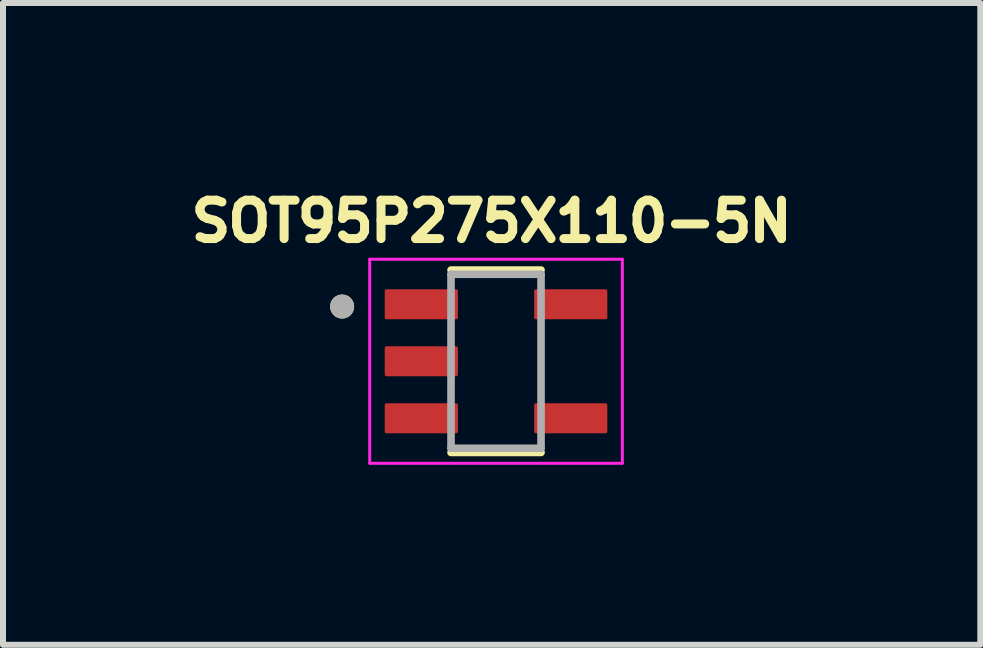
<source format=kicad_pcb>
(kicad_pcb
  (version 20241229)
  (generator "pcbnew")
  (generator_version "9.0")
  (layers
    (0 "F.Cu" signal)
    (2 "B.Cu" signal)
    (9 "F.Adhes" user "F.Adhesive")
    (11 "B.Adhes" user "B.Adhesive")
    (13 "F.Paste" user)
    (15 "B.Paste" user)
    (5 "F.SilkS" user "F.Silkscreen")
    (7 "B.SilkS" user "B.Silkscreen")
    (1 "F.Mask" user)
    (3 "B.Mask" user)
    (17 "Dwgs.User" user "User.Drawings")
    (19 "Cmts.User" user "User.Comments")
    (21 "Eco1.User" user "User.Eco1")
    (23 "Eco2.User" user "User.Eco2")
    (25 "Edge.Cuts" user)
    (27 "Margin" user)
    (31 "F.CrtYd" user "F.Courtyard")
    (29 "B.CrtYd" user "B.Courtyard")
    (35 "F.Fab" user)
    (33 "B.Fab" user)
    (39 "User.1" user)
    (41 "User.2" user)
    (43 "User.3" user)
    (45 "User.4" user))
  (footprint "SOT95P275X110-5N"
    (layer "F.Cu")
    (at 5.217 2.971)
    (property "Reference" "SOT95P275X110-5N" (at -0.073 -2.333 0) (layer "F.SilkS") (effects (font (size 0.64 0.64) (thickness 0.15))))
    (attr through_hole)
    (fp_line (start -0.75 -1.52) (end 0.75 -1.52) (stroke (width 0.127) (type solid)) (layer "F.SilkS"))
    (fp_line (start -0.75 1.52) (end 0.75 1.52) (stroke (width 0.127) (type solid)) (layer "F.SilkS"))
    (fp_circle (center -2.565 -0.912) (end -2.465 -0.912) (stroke (width 0.2) (type solid)) (fill no) (layer "F.SilkS"))
    (fp_line (start -2.105 -1.7) (end -2.105 1.7) (stroke (width 0.05) (type solid)) (layer "F.CrtYd"))
    (fp_line (start -2.105 -1.7) (end 2.105 -1.7) (stroke (width 0.05) (type solid)) (layer "F.CrtYd"))
    (fp_line (start -2.105 1.7) (end 2.105 1.7) (stroke (width 0.05) (type solid)) (layer "F.CrtYd"))
    (fp_line (start 2.105 -1.7) (end 2.105 1.7) (stroke (width 0.05) (type solid)) (layer "F.CrtYd"))
    (fp_line (start -0.75 -1.45) (end -0.75 1.45) (stroke (width 0.127) (type solid)) (layer "F.Fab"))
    (fp_line (start -0.75 -1.45) (end 0.75 -1.45) (stroke (width 0.127) (type solid)) (layer "F.Fab"))
    (fp_line (start -0.75 1.45) (end 0.75 1.45) (stroke (width 0.127) (type solid)) (layer "F.Fab"))
    (fp_line (start 0.75 -1.45) (end 0.75 1.45) (stroke (width 0.127) (type solid)) (layer "F.Fab"))
    (fp_circle (center -2.565 -0.912) (end -2.465 -0.912) (stroke (width 0.2) (type solid)) (fill no) (layer "F.Fab"))
    (pad "1" smd roundrect (at -1.245 -0.95) (size 1.22 0.5) (layers "F.Cu" "F.Mask" "F.Paste") (roundrect_rratio 0.06))
    (pad "2" smd roundrect (at -1.245 0) (size 1.22 0.5) (layers "F.Cu" "F.Mask" "F.Paste") (roundrect_rratio 0.06))
    (pad "3" smd roundrect (at -1.245 0.95) (size 1.22 0.5) (layers "F.Cu" "F.Mask" "F.Paste") (roundrect_rratio 0.06))
    (pad "4" smd roundrect (at 1.245 0.95) (size 1.22 0.5) (layers "F.Cu" "F.Mask" "F.Paste") (roundrect_rratio 0.06))
    (pad "5" smd roundrect (at 1.245 -0.95) (size 1.22 0.5) (layers "F.Cu" "F.Mask" "F.Paste") (roundrect_rratio 0.06)))
  (gr_rect
    (start -3 -3)
    (end 13.288 7.696)
    (stroke (width 0.1) (type default))
    (fill no)
    (layer "Edge.Cuts")))
</source>
